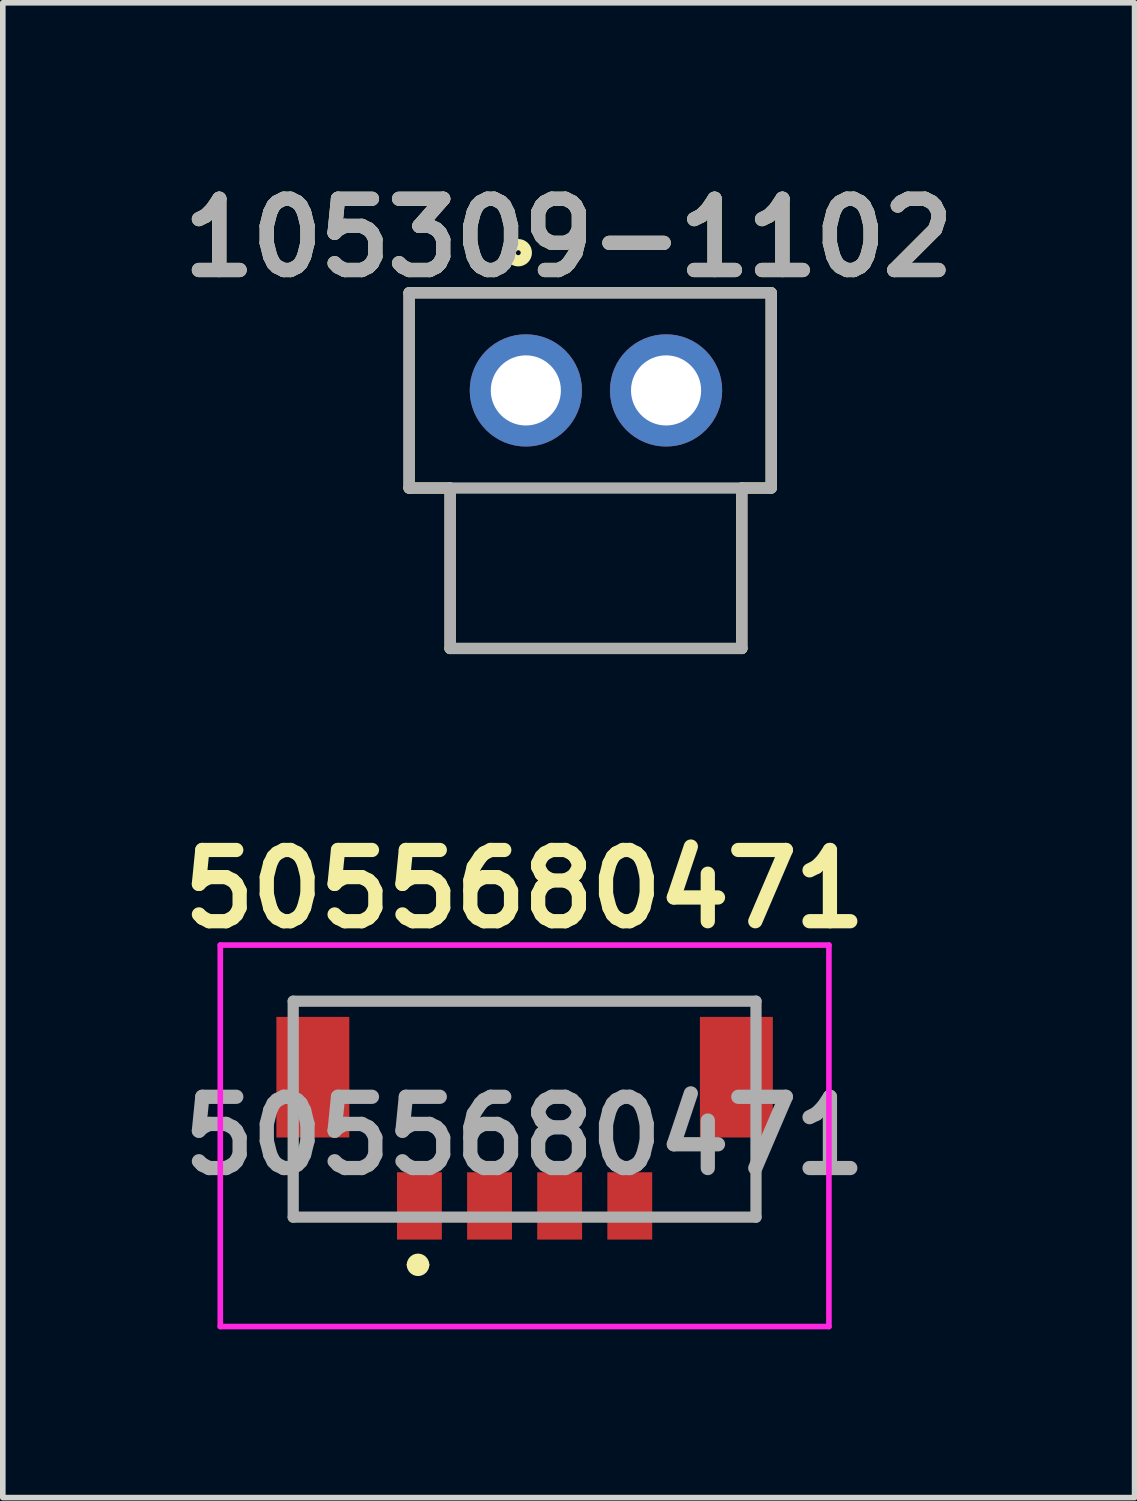
<source format=kicad_pcb>
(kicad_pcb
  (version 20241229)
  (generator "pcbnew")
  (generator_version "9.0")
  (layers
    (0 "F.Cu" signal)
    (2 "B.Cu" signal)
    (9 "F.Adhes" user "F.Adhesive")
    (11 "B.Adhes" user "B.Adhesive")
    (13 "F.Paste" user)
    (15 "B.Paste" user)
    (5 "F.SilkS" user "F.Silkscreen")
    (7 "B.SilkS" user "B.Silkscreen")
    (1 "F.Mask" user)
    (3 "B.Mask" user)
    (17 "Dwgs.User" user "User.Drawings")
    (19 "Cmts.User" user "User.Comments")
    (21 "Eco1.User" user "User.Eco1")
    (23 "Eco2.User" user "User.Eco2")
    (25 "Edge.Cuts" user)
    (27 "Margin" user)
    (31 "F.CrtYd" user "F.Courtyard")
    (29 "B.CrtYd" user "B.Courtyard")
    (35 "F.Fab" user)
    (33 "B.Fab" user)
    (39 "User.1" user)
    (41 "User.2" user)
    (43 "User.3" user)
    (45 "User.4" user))
  (footprint "5055680471"
    (layer "F.Cu")
    (at 6.302 17.198)
    (property "Reference" "5055680471" (at 0 -4.4 0) (layer "F.SilkS") (effects (font (size 1.27 1.27) (thickness 0.254))))
    (attr smd)
    (fp_line (start -4.125 -2.4) (end 4.125 -2.4) (stroke (width 0.1) (type solid)) (layer "F.SilkS"))
    (fp_line (start -4.125 0.6) (end -4.125 1.45) (stroke (width 0.1) (type solid)) (layer "F.SilkS"))
    (fp_line (start -4.125 1.45) (end -2.5 1.45) (stroke (width 0.1) (type solid)) (layer "F.SilkS"))
    (fp_line (start -2 2.3) (end -2 2.3) (stroke (width 0.2) (type solid)) (layer "F.SilkS"))
    (fp_line (start -1.8 2.3) (end -1.8 2.3) (stroke (width 0.2) (type solid)) (layer "F.SilkS"))
    (fp_line (start 4.125 0.6) (end 4.125 1.45) (stroke (width 0.1) (type solid)) (layer "F.SilkS"))
    (fp_line (start 4.125 1.45) (end 2.5 1.45) (stroke (width 0.1) (type solid)) (layer "F.SilkS"))
    (fp_arc (start -2 2.3) (mid -1.9 2.2) (end -1.8 2.3) (stroke (width 0.2) (type solid)) (layer "F.SilkS"))
    (fp_arc (start -1.8 2.3) (mid -1.9 2.4) (end -2 2.3) (stroke (width 0.2) (type solid)) (layer "F.SilkS"))
    (fp_line (start -5.425 -3.4) (end 5.425 -3.4) (stroke (width 0.1) (type solid)) (layer "F.CrtYd"))
    (fp_line (start -5.425 3.4) (end -5.425 -3.4) (stroke (width 0.1) (type solid)) (layer "F.CrtYd"))
    (fp_line (start 5.425 -3.4) (end 5.425 3.4) (stroke (width 0.1) (type solid)) (layer "F.CrtYd"))
    (fp_line (start 5.425 3.4) (end -5.425 3.4) (stroke (width 0.1) (type solid)) (layer "F.CrtYd"))
    (fp_line (start -4.125 -2.4) (end 4.125 -2.4) (stroke (width 0.2) (type solid)) (layer "F.Fab"))
    (fp_line (start -4.125 1.45) (end -4.125 -2.4) (stroke (width 0.2) (type solid)) (layer "F.Fab"))
    (fp_line (start 4.125 -2.4) (end 4.125 1.45) (stroke (width 0.2) (type solid)) (layer "F.Fab"))
    (fp_line (start 4.125 1.45) (end -4.125 1.45) (stroke (width 0.2) (type solid)) (layer "F.Fab"))
    (fp_text user "${REFERENCE}" (at 0 0 0) (layer "F.Fab") (effects (font (size 1.27 1.27) (thickness 0.254))))
    (pad "1" smd rect (at -1.875 1.25) (size 0.8 1.2) (layers "F.Cu" "F.Mask" "F.Paste"))
    (pad "2" smd rect (at -0.625 1.25) (size 0.8 1.2) (layers "F.Cu" "F.Mask" "F.Paste"))
    (pad "3" smd rect (at 0.625 1.25) (size 0.8 1.2) (layers "F.Cu" "F.Mask" "F.Paste"))
    (pad "4" smd rect (at 1.875 1.25) (size 0.8 1.2) (layers "F.Cu" "F.Mask" "F.Paste"))
    (pad "MP" smd rect (at -3.775 -1.045) (size 1.3 2.15) (layers "F.Cu" "F.Mask" "F.Paste"))
    (pad "MP" smd rect (at 3.775 -1.045) (size 1.3 2.15) (layers "F.Cu" "F.Mask" "F.Paste")))
  (footprint "105309-1102"
    (layer "F.Cu")
    (at 7.574 5.65)
    (property "Reference" "105309-1102" (at -0.486 -4.461 0) (layer "F.SilkS") (effects (font (size 1.27 1.27) (thickness 0.254))))
    (attr through_hole)
    (fp_line (start -3.331 -3.48) (end 3.124 -3.48) (stroke (width 0.2) (type solid)) (layer "F.SilkS"))
    (fp_line (start -3.331 0) (end -3.331 -3.48) (stroke (width 0.2) (type solid)) (layer "F.SilkS"))
    (fp_line (start -2.6 0) (end -3.331 0) (stroke (width 0.2) (type solid)) (layer "F.SilkS"))
    (fp_line (start -2.6 2.86) (end -2.6 0) (stroke (width 0.2) (type solid)) (layer "F.SilkS"))
    (fp_line (start 2.6 0) (end 2.6 2.86) (stroke (width 0.2) (type solid)) (layer "F.SilkS"))
    (fp_line (start 2.6 2.86) (end -2.6 2.86) (stroke (width 0.2) (type solid)) (layer "F.SilkS"))
    (fp_line (start 3.124 -3.48) (end 3.124 0) (stroke (width 0.2) (type solid)) (layer "F.SilkS"))
    (fp_line (start 3.124 0) (end 2.6 0) (stroke (width 0.2) (type solid)) (layer "F.SilkS"))
    (fp_circle (center -1.385 -4.195) (end -1.385 -4.151) (stroke (width 0.2) (type solid)) (fill no) (layer "F.SilkS"))
    (fp_line (start -3.331 -3.48) (end 3.124 -3.48) (stroke (width 0.2) (type solid)) (layer "F.Fab"))
    (fp_line (start -3.331 0) (end -3.331 -3.48) (stroke (width 0.2) (type solid)) (layer "F.Fab"))
    (fp_line (start -2.6 0) (end -2.6 2.86) (stroke (width 0.2) (type solid)) (layer "F.Fab"))
    (fp_line (start -2.6 2.86) (end 2.6 2.86) (stroke (width 0.2) (type solid)) (layer "F.Fab"))
    (fp_line (start 2.6 2.86) (end 2.6 0) (stroke (width 0.2) (type solid)) (layer "F.Fab"))
    (fp_line (start 3.124 -3.48) (end 3.124 0) (stroke (width 0.2) (type solid)) (layer "F.Fab"))
    (fp_line (start 3.124 0) (end -3.331 0) (stroke (width 0.2) (type solid)) (layer "F.Fab"))
    (fp_text user "${REFERENCE}" (at -0.486 -4.461 0) (layer "F.Fab") (effects (font (size 1.27 1.27) (thickness 0.254))))
    (pad "" np_thru_hole circle (at 0 -0.4) (size 0.001 0.001) (drill 1.35) (layers "*.Cu" "*.Mask"))
    (pad "1" thru_hole circle (at -1.25 -1.74) (size 2 2) (drill 1.25) (layers "*.Cu" "*.Mask"))
    (pad "2" thru_hole circle (at 1.25 -1.74) (size 2 2) (drill 1.25) (layers "*.Cu" "*.Mask")))
  (gr_rect
    (start -3 -3)
    (end 17.176 23.648)
    (stroke (width 0.1) (type default))
    (fill no)
    (layer "Edge.Cuts")))
</source>
